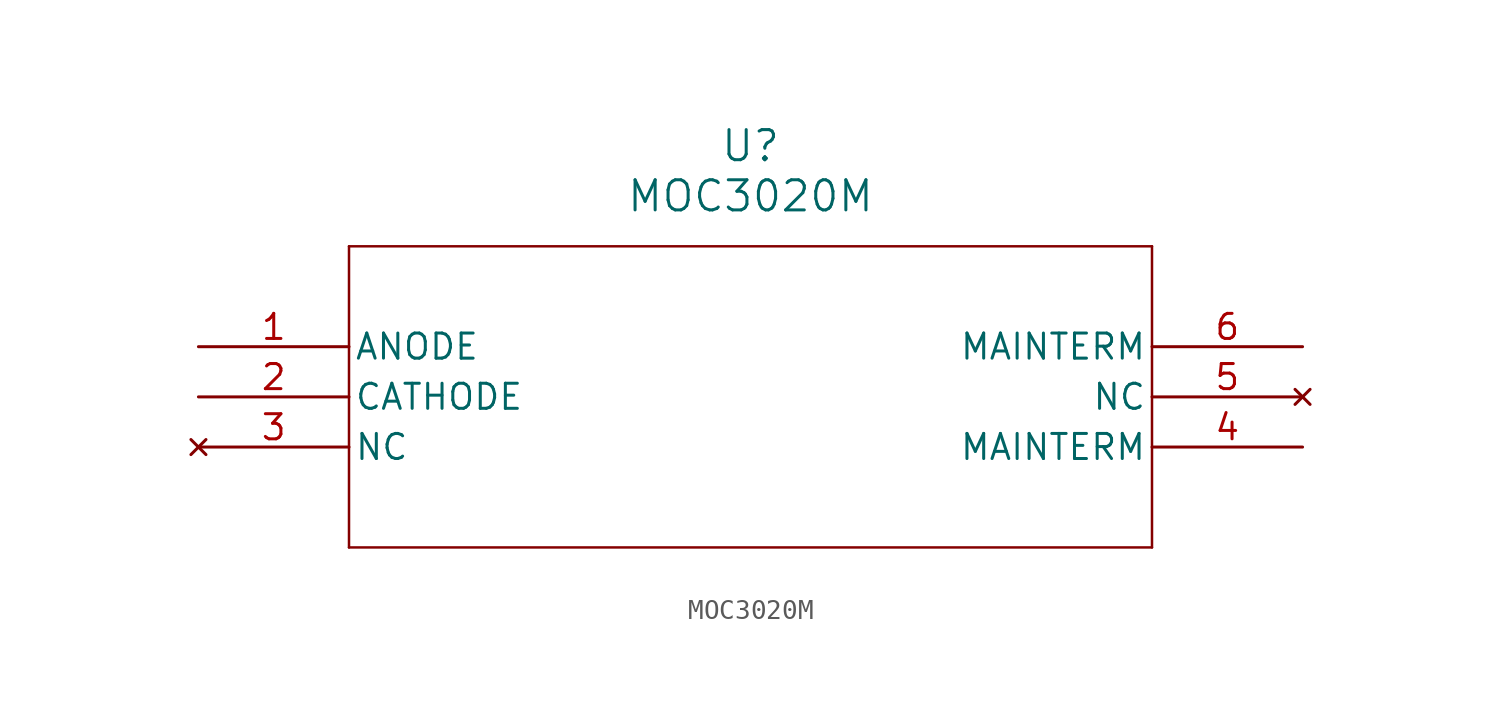
<source format=kicad_sym>
(kicad_symbol_lib
  (version 20211014)
  (generator kicad_symbol_editor)
  (symbol "MOC3020M"
    (pin_names
      (offset 0.254))
    (property "Reference" "U"
      (at 27.94 10.16 0)
      (effects (font (size 1.524 1.524))))
    (property "Value" "MOC3020M"
      (at 27.94 7.62 0)
      (effects (font (size 1.524 1.524))))
    (symbol "MOC3020M_0_1"
      (polyline (pts (xy 7.62 5.08) (xy 7.62 -10.16)) (stroke (width 0.127) (type default) (color 0 0 0 0)) (fill (type none)))
      (polyline (pts (xy 7.62 -10.16) (xy 48.26 -10.16)) (stroke (width 0.127) (type default) (color 0 0 0 0)) (fill (type none)))
      (polyline (pts (xy 48.26 -10.16) (xy 48.26 5.08)) (stroke (width 0.127) (type default) (color 0 0 0 0)) (fill (type none)))
      (polyline (pts (xy 48.26 5.08) (xy 7.62 5.08)) (stroke (width 0.127) (type default) (color 0 0 0 0)) (fill (type none)))
      (pin unspecified line (at 0 0 0) (length 7.62) (name "ANODE" (effects (font (size 1.27 1.27)))) (number "1" (effects (font (size 1.27 1.27)))))
      (pin unspecified line (at 0 -2.54 0) (length 7.62) (name "CATHODE" (effects (font (size 1.27 1.27)))) (number "2" (effects (font (size 1.27 1.27)))))
      (pin no_connect line (at 0 -5.08 0) (length 7.62) (name "NC" (effects (font (size 1.27 1.27)))) (number "3" (effects (font (size 1.27 1.27)))))
      (pin unspecified line (at 55.88 -5.08 180) (length 7.62) (name "MAINTERM" (effects (font (size 1.27 1.27)))) (number "4" (effects (font (size 1.27 1.27)))))
      (pin no_connect line (at 55.88 -2.54 180) (length 7.62) (name "NC" (effects (font (size 1.27 1.27)))) (number "5" (effects (font (size 1.27 1.27)))))
      (pin unspecified line (at 55.88 0 180) (length 7.62) (name "MAINTERM" (effects (font (size 1.27 1.27)))) (number "6" (effects (font (size 1.27 1.27))))))))
</source>
